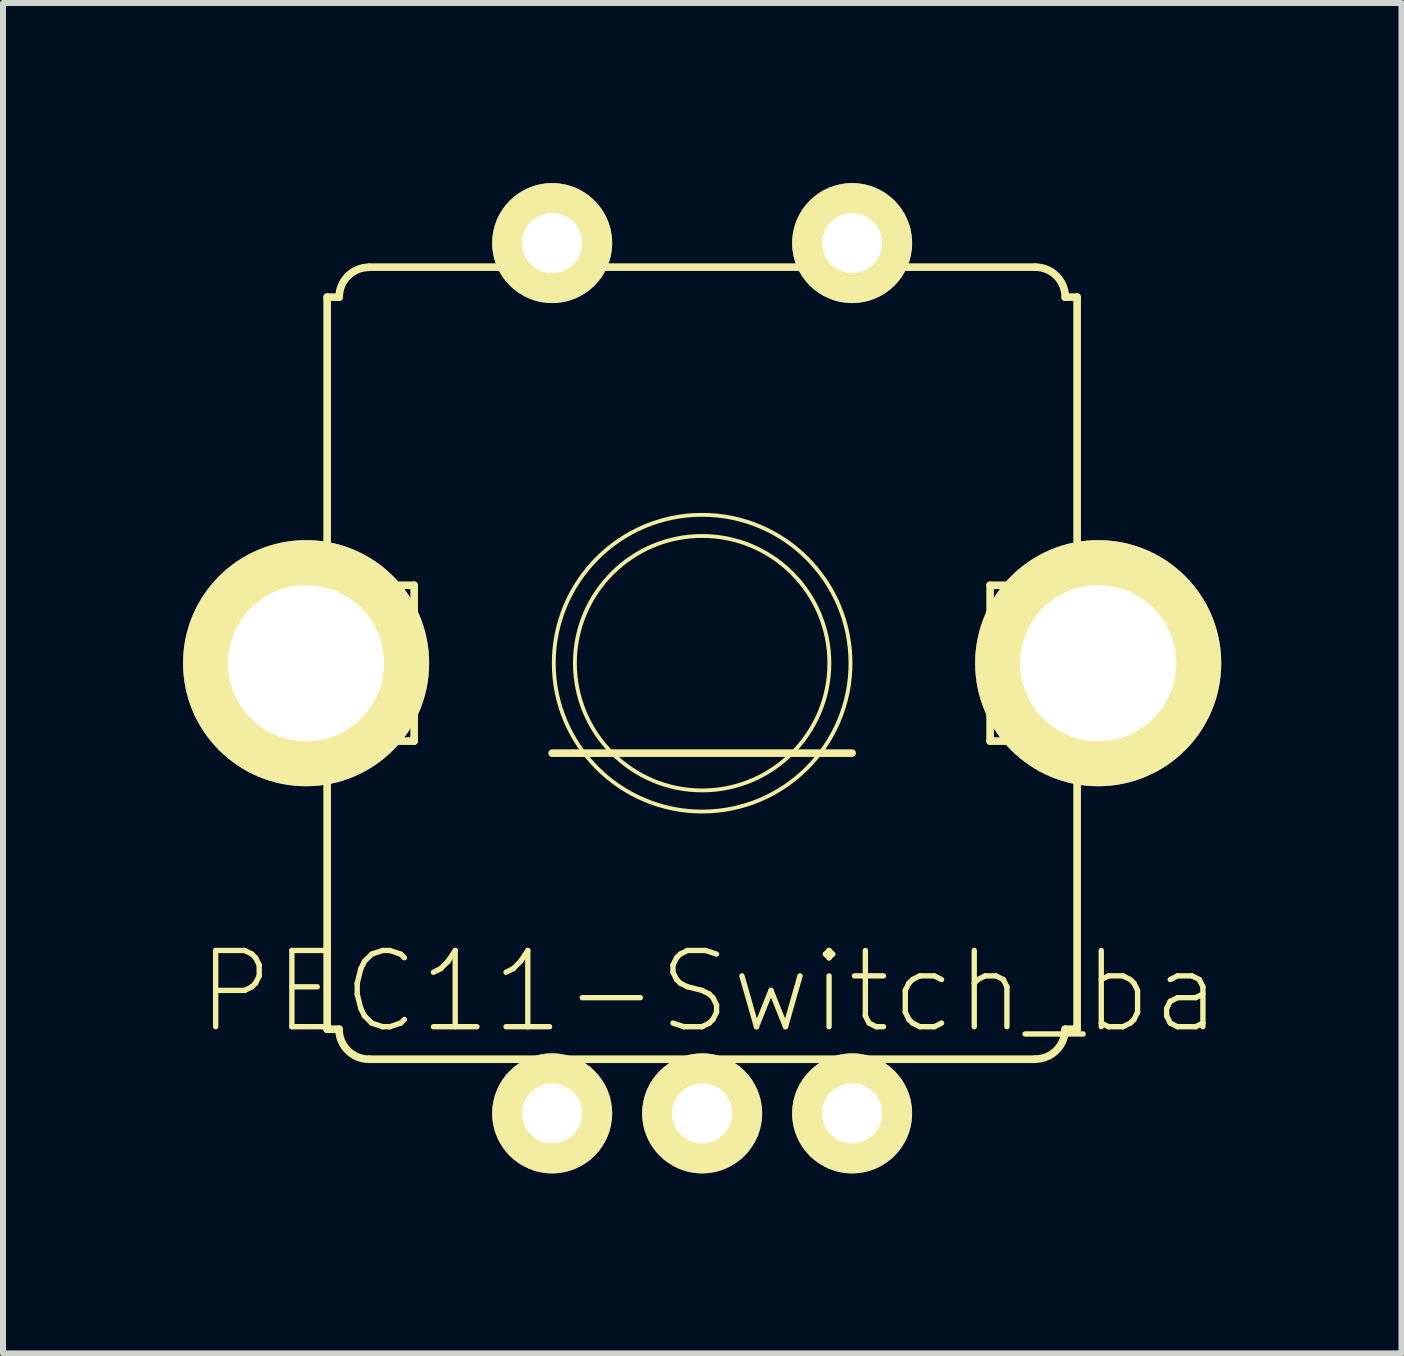
<source format=kicad_pcb>
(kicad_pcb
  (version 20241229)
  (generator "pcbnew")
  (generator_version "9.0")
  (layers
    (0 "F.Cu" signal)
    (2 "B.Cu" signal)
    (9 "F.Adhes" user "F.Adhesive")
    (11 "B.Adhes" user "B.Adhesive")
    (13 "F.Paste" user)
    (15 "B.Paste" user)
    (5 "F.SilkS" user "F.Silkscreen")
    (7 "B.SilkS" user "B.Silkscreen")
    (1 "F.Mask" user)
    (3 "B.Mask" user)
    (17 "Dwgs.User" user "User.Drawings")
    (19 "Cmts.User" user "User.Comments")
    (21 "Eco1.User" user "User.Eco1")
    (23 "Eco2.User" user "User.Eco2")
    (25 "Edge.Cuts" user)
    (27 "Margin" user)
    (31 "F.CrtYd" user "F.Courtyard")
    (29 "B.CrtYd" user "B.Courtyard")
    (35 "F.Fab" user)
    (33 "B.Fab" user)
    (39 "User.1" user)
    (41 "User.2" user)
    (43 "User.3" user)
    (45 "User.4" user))
  (footprint "PEC11-Switch_ba"
    (layer "F.Cu")
    (at 8.649 8)
    (property "Reference" "PEC11-Switch_ba" (at 0.119 5.474 0) (layer "F.SilkS") (effects (font (size 1.27 1.27) (thickness 0.089))))
    (attr exclude_from_pos_files exclude_from_bom)
    (fp_line (start -6.599 -1.298) (end -6.599 1.298) (stroke (width 0.127) (type solid)) (layer "F.SilkS"))
    (fp_line (start -6.599 1.298) (end -4.798 1.298) (stroke (width 0.127) (type solid)) (layer "F.SilkS"))
    (fp_line (start -6.248 6.099) (end -6.248 -6.099) (stroke (width 0.127) (type solid)) (layer "F.SilkS"))
    (fp_line (start -6.048 -6.099) (end -6.248 -6.099) (stroke (width 0.127) (type solid)) (layer "F.SilkS"))
    (fp_line (start -6.048 6.099) (end -6.248 6.099) (stroke (width 0.127) (type solid)) (layer "F.SilkS"))
    (fp_line (start -5.55 -6.599) (end 5.55 -6.599) (stroke (width 0.127) (type solid)) (layer "F.SilkS"))
    (fp_line (start -4.798 -1.298) (end -6.599 -1.298) (stroke (width 0.127) (type solid)) (layer "F.SilkS"))
    (fp_line (start -4.798 1.298) (end -4.798 -1.298) (stroke (width 0.127) (type solid)) (layer "F.SilkS"))
    (fp_line (start -2.499 1.499) (end 2.499 1.499) (stroke (width 0.127) (type solid)) (layer "F.SilkS"))
    (fp_line (start 4.798 -1.298) (end 4.798 1.298) (stroke (width 0.127) (type solid)) (layer "F.SilkS"))
    (fp_line (start 4.798 1.298) (end 6.599 1.298) (stroke (width 0.127) (type solid)) (layer "F.SilkS"))
    (fp_line (start 5.55 6.599) (end -5.55 6.599) (stroke (width 0.127) (type solid)) (layer "F.SilkS"))
    (fp_line (start 6.048 -6.099) (end 6.248 -6.099) (stroke (width 0.127) (type solid)) (layer "F.SilkS"))
    (fp_line (start 6.048 6.099) (end 6.248 6.099) (stroke (width 0.127) (type solid)) (layer "F.SilkS"))
    (fp_line (start 6.248 -6.099) (end 6.248 6.099) (stroke (width 0.127) (type solid)) (layer "F.SilkS"))
    (fp_line (start 6.599 -1.298) (end 4.798 -1.298) (stroke (width 0.127) (type solid)) (layer "F.SilkS"))
    (fp_line (start 6.599 1.298) (end 6.599 -1.298) (stroke (width 0.127) (type solid)) (layer "F.SilkS"))
    (fp_arc (start -6.04774 -6.09854) (mid -5.901926 -6.450566) (end -5.5499 -6.59638) (stroke (width 0.127) (type solid)) (layer "F.SilkS"))
    (fp_arc (start -5.5499 6.59892) (mid -5.903722 6.452362) (end -6.05028 6.09854) (stroke (width 0.127) (type solid)) (layer "F.SilkS"))
    (fp_arc (start 5.5499 -6.59892) (mid 5.903722 -6.452362) (end 6.05028 -6.09854) (stroke (width 0.127) (type solid)) (layer "F.SilkS"))
    (fp_arc (start 6.04774 6.09854) (mid 5.901926 6.450566) (end 5.5499 6.59638) (stroke (width 0.127) (type solid)) (layer "F.SilkS"))
    (fp_circle (center 0 0) (end -1.748 1.748) (stroke (width 0.064) (type solid)) (fill no) (layer "F.SilkS"))
    (fp_circle (center 0 0) (end -1.499 1.499) (stroke (width 0.064) (type solid)) (fill no) (layer "F.SilkS"))
    (pad "P$1" thru_hole circle (at -2.499 -7) (size 1.999 1.999) (drill 1.001) (layers "*.Cu" "F.Mask" "F.SilkS" "F.Paste"))
    (pad "P$2" thru_hole circle (at 2.499 -7) (size 1.999 1.999) (drill 0.998) (layers "*.Cu" "F.Mask" "F.SilkS" "F.Paste"))
    (pad "P$A" thru_hole circle (at 2.499 7.501) (size 1.999 1.999) (drill 1.001) (layers "*.Cu" "F.Mask" "F.SilkS" "F.Paste"))
    (pad "P$B" thru_hole circle (at -2.499 7.501) (size 1.999 1.999) (drill 1.001) (layers "*.Cu" "F.Mask" "F.SilkS" "F.Paste"))
    (pad "P$C" thru_hole circle (at 0 7.501) (size 1.999 1.999) (drill 1.001) (layers "*.Cu" "F.Mask" "F.SilkS" "F.Paste"))
    (pad "P$GN" thru_hole circle (at -6.599 0) (size 4.1 4.1) (drill 2.601) (layers "*.Cu" "F.Mask" "F.SilkS" "F.Paste"))
    (pad "P$GN" thru_hole circle (at 6.599 0) (size 4.1 4.1) (drill 2.601) (layers "*.Cu" "F.Mask" "F.SilkS" "F.Paste")))
  (gr_rect
    (start -3 -3)
    (end 20.302 19.5)
    (stroke (width 0.1) (type default))
    (fill no)
    (layer "Edge.Cuts")))
</source>
